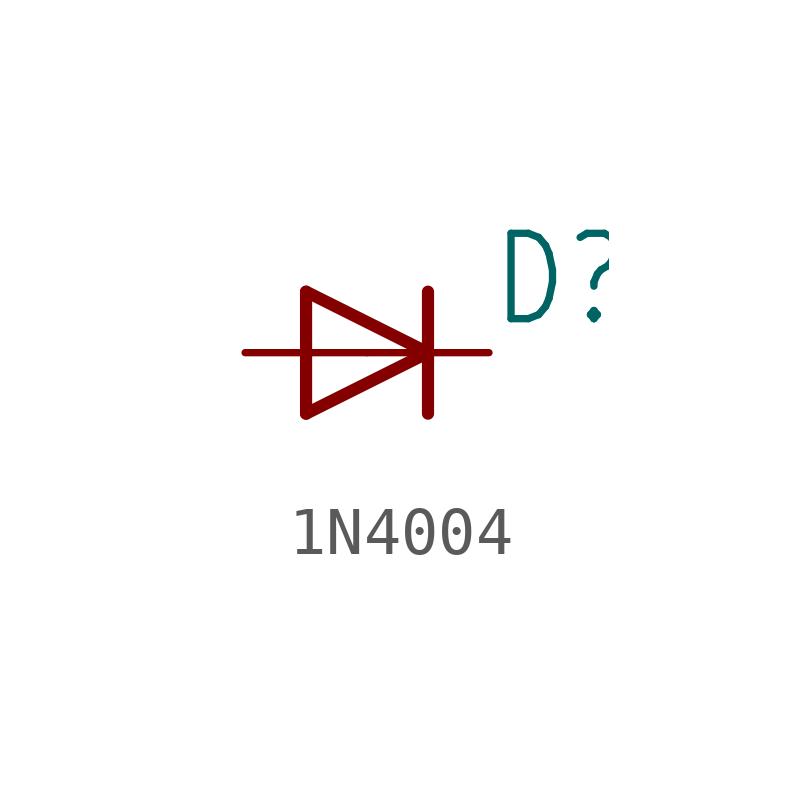
<source format=kicad_sym>
(kicad_symbol_lib
  (version 20220914)
  (generator kicad_symbol_editor)
  (symbol "1N4004"
    (property "Reference" "D"
      (at 2.54 0.483 0)
      (effects (font (size 1.778 1.511)) (justify left bottom)))
    (property "Value" ""
      (at 2.54 -2.311 0)
      (effects (font (size 1.778 1.511)) (justify left bottom)))
    (property "ki_locked" ""
      (at 0 0 0)
      (effects (font (size 1.27 1.27))))
    (symbol "1N4004_1_0"
      (polyline (pts (xy -1.27 -1.27) (xy 1.27 0)) (stroke (width 0.254) (type solid)) (fill (type none)))
      (polyline (pts (xy -1.27 1.27) (xy -1.27 -1.27)) (stroke (width 0.254) (type solid)) (fill (type none)))
      (polyline (pts (xy 1.27 0) (xy -1.27 1.27)) (stroke (width 0.254) (type solid)) (fill (type none)))
      (polyline (pts (xy 1.27 0) (xy 1.27 -1.27)) (stroke (width 0.254) (type solid)) (fill (type none)))
      (polyline (pts (xy 1.27 1.27) (xy 1.27 0)) (stroke (width 0.254) (type solid)) (fill (type none)))
      (pin passive line (at -2.54 0 0) (length 2.54) (name "A" (effects (font (size 0 0)))) (number "A" (effects (font (size 0 0)))))
      (pin passive line (at 2.54 0 180) (length 2.54) (name "C" (effects (font (size 0 0)))) (number "C" (effects (font (size 0 0))))))))
</source>
